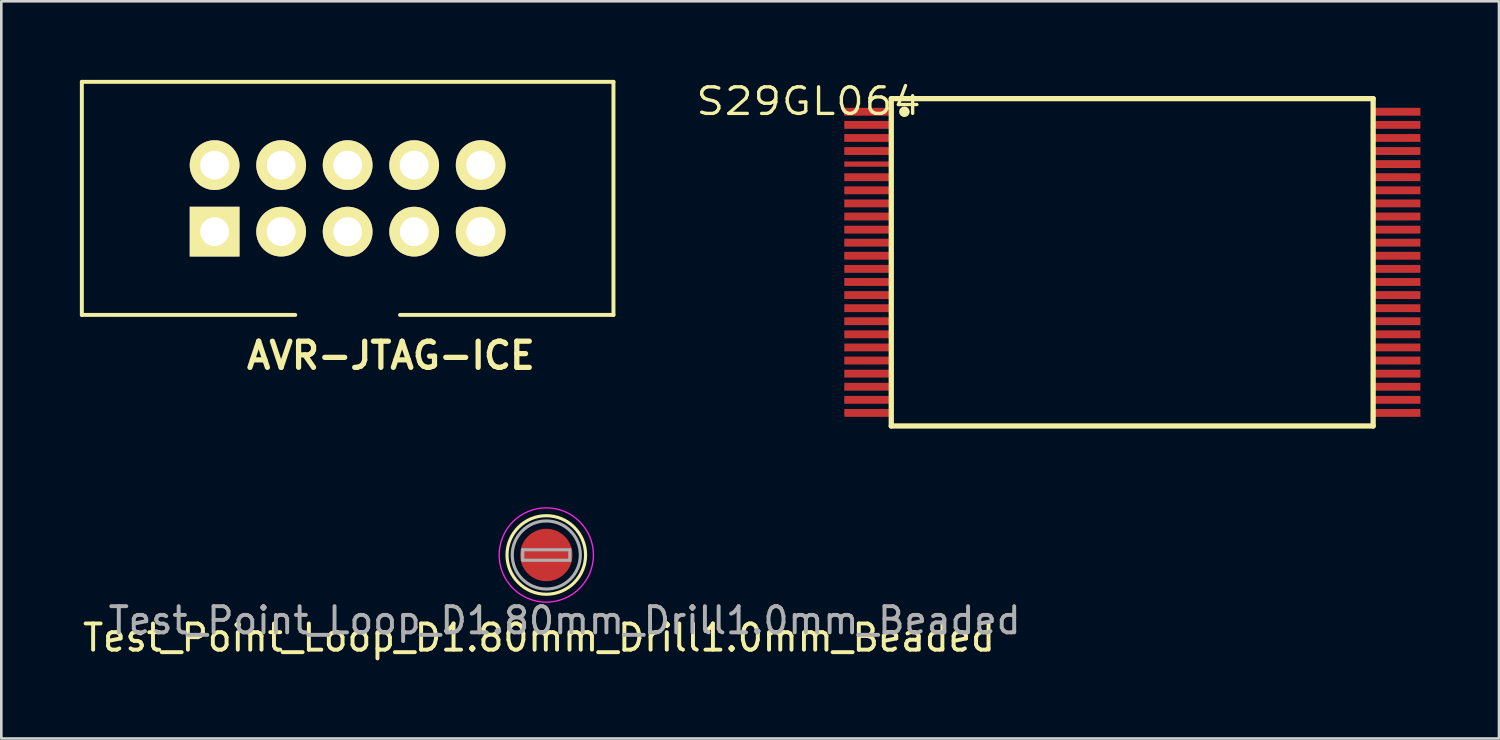
<source format=kicad_pcb>
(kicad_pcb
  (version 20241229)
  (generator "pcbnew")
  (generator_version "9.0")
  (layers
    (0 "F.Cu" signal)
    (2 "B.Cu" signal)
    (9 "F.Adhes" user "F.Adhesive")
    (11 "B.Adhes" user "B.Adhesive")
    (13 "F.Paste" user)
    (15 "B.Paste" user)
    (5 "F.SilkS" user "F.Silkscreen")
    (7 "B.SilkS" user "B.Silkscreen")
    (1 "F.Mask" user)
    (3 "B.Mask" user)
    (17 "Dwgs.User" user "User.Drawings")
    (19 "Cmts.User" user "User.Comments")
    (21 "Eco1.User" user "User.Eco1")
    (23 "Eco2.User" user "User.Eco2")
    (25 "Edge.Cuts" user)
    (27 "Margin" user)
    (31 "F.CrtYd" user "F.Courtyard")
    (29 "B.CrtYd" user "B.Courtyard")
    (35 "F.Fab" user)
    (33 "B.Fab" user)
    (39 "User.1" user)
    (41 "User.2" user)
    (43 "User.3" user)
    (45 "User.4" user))
  (footprint "S29GL064"
    (layer "F.Cu")
    (at 30.986 0.717)
    (property "Reference" "S29GL064" (at -3.16 0.1 0) (layer "F.SilkS") (effects (font (size 1.016 1.143) (thickness 0.127))))
    (attr smd)
    (fp_line (start -0.003 0) (end -0.003 12.499) (stroke (width 0.201) (type solid)) (layer "F.SilkS"))
    (fp_line (start -0.003 12.499) (end 18.397 12.499) (stroke (width 0.201) (type solid)) (layer "F.SilkS"))
    (fp_line (start 18.397 0) (end -0.003 0) (stroke (width 0.201) (type solid)) (layer "F.SilkS"))
    (fp_line (start 18.397 12.499) (end 18.397 0) (stroke (width 0.201) (type solid)) (layer "F.SilkS"))
    (fp_circle (center 0.498 0.5) (end 0.498 0.602) (stroke (width 0.201) (type solid)) (fill no) (layer "F.SilkS"))
    (pad "1" smd rect (at -0.902 0.5 90) (size 0.3 1.801) (layers "F.Cu" "F.Mask" "F.Paste"))
    (pad "2" smd rect (at -0.897 1.001 90) (size 0.3 1.801) (layers "F.Cu" "F.Mask" "F.Paste"))
    (pad "3" smd rect (at -0.897 1.501 90) (size 0.3 1.801) (layers "F.Cu" "F.Mask" "F.Paste"))
    (pad "4" smd rect (at -0.897 1.999 90) (size 0.3 1.801) (layers "F.Cu" "F.Mask" "F.Paste"))
    (pad "5" smd rect (at -0.897 2.499 90) (size 0.201 1.801) (layers "F.Cu" "F.Mask" "F.Paste"))
    (pad "6" smd rect (at -0.897 3 90) (size 0.3 1.801) (layers "F.Cu" "F.Mask" "F.Paste"))
    (pad "7" smd rect (at -0.897 3.5 90) (size 0.3 1.801) (layers "F.Cu" "F.Mask" "F.Paste"))
    (pad "8" smd rect (at -0.897 4 90) (size 0.3 1.801) (layers "F.Cu" "F.Mask" "F.Paste"))
    (pad "9" smd rect (at -0.897 4.501 90) (size 0.3 1.801) (layers "F.Cu" "F.Mask" "F.Paste"))
    (pad "10" smd rect (at -0.897 5.001 90) (size 0.3 1.801) (layers "F.Cu" "F.Mask" "F.Paste"))
    (pad "11" smd rect (at -0.897 5.499 90) (size 0.3 1.801) (layers "F.Cu" "F.Mask" "F.Paste"))
    (pad "12" smd rect (at -0.897 5.999 90) (size 0.3 1.801) (layers "F.Cu" "F.Mask" "F.Paste"))
    (pad "13" smd rect (at -0.897 6.5 90) (size 0.3 1.801) (layers "F.Cu" "F.Mask" "F.Paste"))
    (pad "14" smd rect (at -0.897 7 90) (size 0.3 1.801) (layers "F.Cu" "F.Mask" "F.Paste"))
    (pad "15" smd rect (at -0.897 7.501 90) (size 0.3 1.801) (layers "F.Cu" "F.Mask" "F.Paste"))
    (pad "16" smd rect (at -0.897 8.001 90) (size 0.3 1.801) (layers "F.Cu" "F.Mask" "F.Paste"))
    (pad "17" smd rect (at -0.897 8.499 90) (size 0.3 1.801) (layers "F.Cu" "F.Mask" "F.Paste"))
    (pad "18" smd rect (at -0.897 8.999 90) (size 0.3 1.801) (layers "F.Cu" "F.Mask" "F.Paste"))
    (pad "19" smd rect (at -0.897 9.5 90) (size 0.3 1.801) (layers "F.Cu" "F.Mask" "F.Paste"))
    (pad "20" smd rect (at -0.897 10 90) (size 0.3 1.801) (layers "F.Cu" "F.Mask" "F.Paste"))
    (pad "21" smd rect (at -0.897 10.5 90) (size 0.3 1.801) (layers "F.Cu" "F.Mask" "F.Paste"))
    (pad "22" smd rect (at -0.897 11.001 90) (size 0.3 1.801) (layers "F.Cu" "F.Mask" "F.Paste"))
    (pad "23" smd rect (at -0.897 11.501 90) (size 0.3 1.801) (layers "F.Cu" "F.Mask" "F.Paste"))
    (pad "24" smd rect (at -0.897 11.999 90) (size 0.3 1.801) (layers "F.Cu" "F.Mask" "F.Paste"))
    (pad "25" smd rect (at 19.301 11.999 90) (size 0.3 1.801) (layers "F.Cu" "F.Mask" "F.Paste"))
    (pad "26" smd rect (at 19.301 11.501 90) (size 0.3 1.801) (layers "F.Cu" "F.Mask" "F.Paste"))
    (pad "27" smd rect (at 19.301 11.001 90) (size 0.3 1.801) (layers "F.Cu" "F.Mask" "F.Paste"))
    (pad "28" smd rect (at 19.301 10.5 90) (size 0.3 1.801) (layers "F.Cu" "F.Mask" "F.Paste"))
    (pad "29" smd rect (at 19.301 10 90) (size 0.3 1.801) (layers "F.Cu" "F.Mask" "F.Paste"))
    (pad "30" smd rect (at 19.301 9.5 90) (size 0.3 1.801) (layers "F.Cu" "F.Mask" "F.Paste"))
    (pad "31" smd rect (at 19.301 8.999 90) (size 0.3 1.801) (layers "F.Cu" "F.Mask" "F.Paste"))
    (pad "32" smd rect (at 19.301 8.499 90) (size 0.3 1.801) (layers "F.Cu" "F.Mask" "F.Paste"))
    (pad "33" smd rect (at 19.301 8.001 90) (size 0.3 1.801) (layers "F.Cu" "F.Mask" "F.Paste"))
    (pad "34" smd rect (at 19.301 7.501 90) (size 0.3 1.801) (layers "F.Cu" "F.Mask" "F.Paste"))
    (pad "35" smd rect (at 19.301 7 90) (size 0.3 1.801) (layers "F.Cu" "F.Mask" "F.Paste"))
    (pad "36" smd rect (at 19.301 6.5 90) (size 0.3 1.801) (layers "F.Cu" "F.Mask" "F.Paste"))
    (pad "37" smd rect (at 19.301 5.999 90) (size 0.3 1.801) (layers "F.Cu" "F.Mask" "F.Paste"))
    (pad "38" smd rect (at 19.301 5.499 90) (size 0.3 1.801) (layers "F.Cu" "F.Mask" "F.Paste"))
    (pad "39" smd rect (at 19.301 5.001 90) (size 0.3 1.801) (layers "F.Cu" "F.Mask" "F.Paste"))
    (pad "40" smd rect (at 19.301 4.501 90) (size 0.3 1.801) (layers "F.Cu" "F.Mask" "F.Paste"))
    (pad "41" smd rect (at 19.301 4 90) (size 0.3 1.801) (layers "F.Cu" "F.Mask" "F.Paste"))
    (pad "42" smd rect (at 19.301 3.5 90) (size 0.3 1.801) (layers "F.Cu" "F.Mask" "F.Paste"))
    (pad "43" smd rect (at 19.301 3 90) (size 0.3 1.801) (layers "F.Cu" "F.Mask" "F.Paste"))
    (pad "44" smd rect (at 19.301 2.499 90) (size 0.3 1.801) (layers "F.Cu" "F.Mask" "F.Paste"))
    (pad "45" smd rect (at 19.301 1.999 90) (size 0.3 1.801) (layers "F.Cu" "F.Mask" "F.Paste"))
    (pad "46" smd rect (at 19.301 1.501 90) (size 0.3 1.801) (layers "F.Cu" "F.Mask" "F.Paste"))
    (pad "47" smd rect (at 19.301 1.001 90) (size 0.3 1.801) (layers "F.Cu" "F.Mask" "F.Paste"))
    (pad "48" smd rect (at 19.301 0.5 90) (size 0.3 1.801) (layers "F.Cu" "F.Mask" "F.Paste")))
  (footprint "AVR-JTAG-ICE"
    (layer "F.Cu")
    (at 10.225 4.525)
    (property "Reference" "AVR-JTAG-ICE" (at 1.65 6 0) (layer "F.SilkS") (effects (font (size 1 1) (thickness 0.2))))
    (attr through_hole)
    (fp_line (start -10.15 -4.45) (end -10.15 4.45) (stroke (width 0.15) (type solid)) (layer "F.SilkS"))
    (fp_line (start -10.15 4.45) (end -2 4.45) (stroke (width 0.15) (type solid)) (layer "F.SilkS"))
    (fp_line (start 10.15 -4.45) (end -10.15 -4.45) (stroke (width 0.15) (type solid)) (layer "F.SilkS"))
    (fp_line (start 10.15 -4.45) (end 10.15 4.45) (stroke (width 0.15) (type solid)) (layer "F.SilkS"))
    (fp_line (start 10.15 4.45) (end 2 4.45) (stroke (width 0.15) (type solid)) (layer "F.SilkS"))
    (pad "1" thru_hole rect (at -5.08 1.27) (size 1.9 1.9) (drill 1.1) (layers "*.Cu" "*.Mask" "F.SilkS"))
    (pad "2" thru_hole circle (at -5.08 -1.27) (size 1.9 1.9) (drill 1.1) (layers "*.Cu" "*.Mask" "F.SilkS"))
    (pad "3" thru_hole circle (at -2.54 1.27) (size 1.9 1.9) (drill 1.1) (layers "*.Cu" "*.Mask" "F.SilkS"))
    (pad "4" thru_hole circle (at -2.54 -1.27) (size 1.9 1.9) (drill 1.1) (layers "*.Cu" "*.Mask" "F.SilkS"))
    (pad "5" thru_hole circle (at 0 1.27) (size 1.9 1.9) (drill 1.1) (layers "*.Cu" "*.Mask" "F.SilkS"))
    (pad "6" thru_hole circle (at 0 -1.27) (size 1.9 1.9) (drill 1.1) (layers "*.Cu" "*.Mask" "F.SilkS"))
    (pad "7" thru_hole circle (at 2.54 1.27) (size 1.9 1.9) (drill 1.1) (layers "*.Cu" "*.Mask" "F.SilkS"))
    (pad "8" thru_hole circle (at 2.54 -1.27) (size 1.9 1.9) (drill 1.1) (layers "*.Cu" "*.Mask" "F.SilkS"))
    (pad "9" thru_hole circle (at 5.08 1.27) (size 1.9 1.9) (drill 1.1) (layers "*.Cu" "*.Mask" "F.SilkS"))
    (pad "10" thru_hole circle (at 5.08 -1.27) (size 1.9 1.9) (drill 1.1) (layers "*.Cu" "*.Mask" "F.SilkS")))
  (footprint "Test_Point_Loop_D1.80mm_Drill1.0mm_Beaded"
    (layer "F.Cu")
    (at 17.81 18.142)
    (property "Reference" "Test_Point_Loop_D1.80mm_Drill1.0mm_Beaded" (at -0.28 3.16 0) (layer "F.SilkS") (effects (font (size 1 1) (thickness 0.15))))
    (attr through_hole)
    (fp_circle (center 0 0) (end 1.5 0) (stroke (width 0.12) (type solid)) (fill no) (layer "F.SilkS"))
    (fp_circle (center 0 0) (end 1.8 0) (stroke (width 0.05) (type solid)) (fill no) (layer "F.CrtYd"))
    (fp_line (start -0.9 -0.2) (end 0.9 -0.2) (stroke (width 0.12) (type solid)) (layer "F.Fab"))
    (fp_line (start -0.9 0.2) (end -0.9 -0.2) (stroke (width 0.12) (type solid)) (layer "F.Fab"))
    (fp_line (start 0.9 -0.2) (end 0.9 0.2) (stroke (width 0.12) (type solid)) (layer "F.Fab"))
    (fp_line (start 0.9 0.2) (end -0.9 0.2) (stroke (width 0.12) (type solid)) (layer "F.Fab"))
    (fp_circle (center 0 0) (end 1.3 0) (stroke (width 0.12) (type solid)) (fill no) (layer "F.Fab"))
    (fp_text user "${REFERENCE}" (at 0.7 2.5 0) (layer "F.Fab") (effects (font (size 1 1) (thickness 0.15))))
    (pad "1" smd circle (at 0 0) (size 2 2) (layers "F.Cu" "F.Mask" "F.Paste")))
  (gr_rect
    (start -3 -3)
    (end 54.188 25.15)
    (stroke (width 0.1) (type default))
    (fill no)
    (layer "Edge.Cuts")))
</source>
